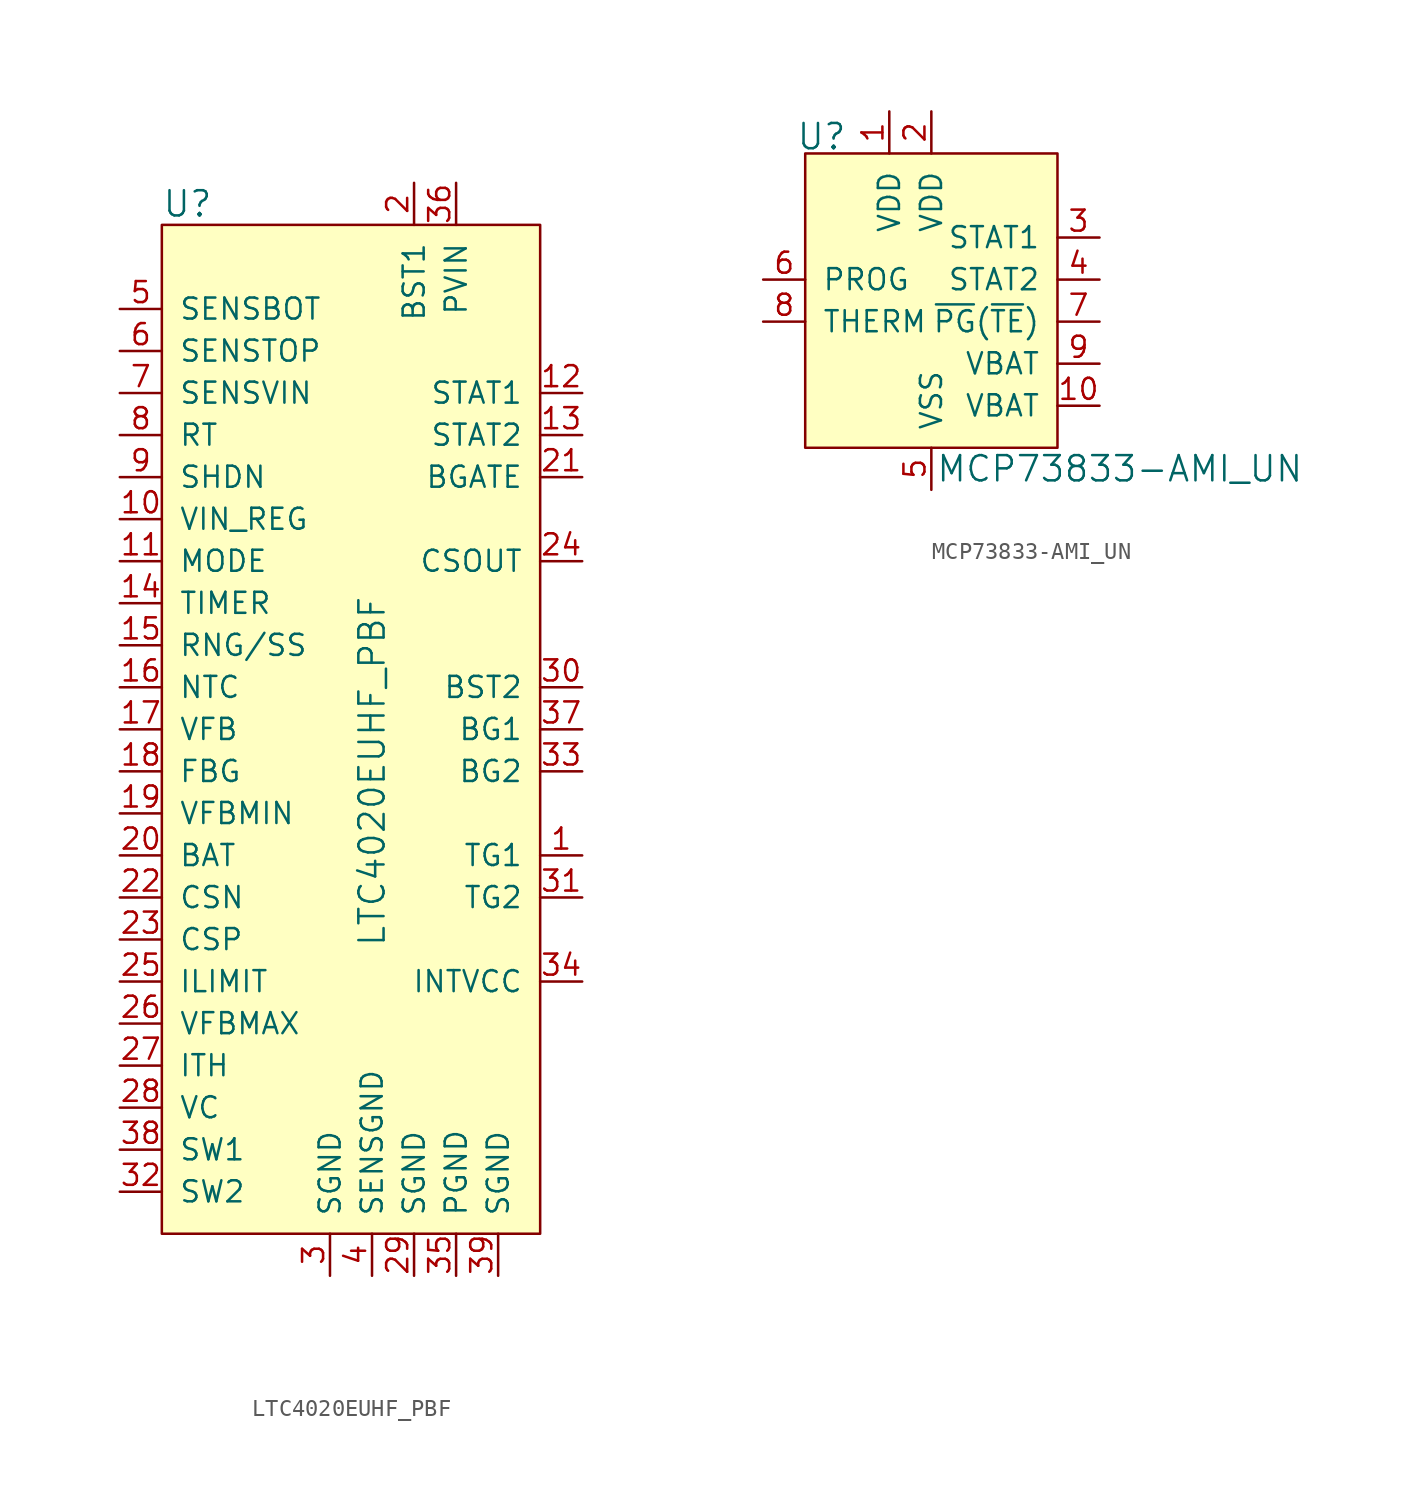
<source format=kicad_sym>
(kicad_symbol_lib
  (version 20231120)
  (generator "kicad_symbol_editor")
  (generator_version "8.0")
  (symbol "LTC4020EUHF_PBF"
    (pin_names
      (offset 1.016))
    (property "Reference" "U"
      (at -10.16 24.13 0)
      (effects (font (size 1.524 1.524)) (justify left)))
    (property "Value" "LTC4020EUHF_PBF"
      (at 2.54 -10.16 90)
      (effects (font (size 1.524 1.524))))
    (symbol "LTC4020EUHF_PBF_0_1"
      (rectangle (start -10.16 22.86) (end 12.7 -38.1) (stroke (width 0) (type solid)) (fill (type background))))
    (symbol "LTC4020EUHF_PBF_1_1"
      (pin output line (at 15.24 -15.24 180) (length 2.54) (name "TG1" (effects (font (size 1.27 1.27)))) (number "1" (effects (font (size 1.27 1.27)))))
      (pin passive line (at -12.7 5.08 0) (length 2.54) (name "VIN_REG" (effects (font (size 1.27 1.27)))) (number "10" (effects (font (size 1.27 1.27)))))
      (pin input line (at -12.7 2.54 0) (length 2.54) (name "MODE" (effects (font (size 1.27 1.27)))) (number "11" (effects (font (size 1.27 1.27)))))
      (pin output line (at 15.24 12.7 180) (length 2.54) (name "STAT1" (effects (font (size 1.27 1.27)))) (number "12" (effects (font (size 1.27 1.27)))))
      (pin output line (at 15.24 10.16 180) (length 2.54) (name "STAT2" (effects (font (size 1.27 1.27)))) (number "13" (effects (font (size 1.27 1.27)))))
      (pin passive line (at -12.7 0 0) (length 2.54) (name "TIMER" (effects (font (size 1.27 1.27)))) (number "14" (effects (font (size 1.27 1.27)))))
      (pin input line (at -12.7 -2.54 0) (length 2.54) (name "RNG/SS" (effects (font (size 1.27 1.27)))) (number "15" (effects (font (size 1.27 1.27)))))
      (pin input line (at -12.7 -5.08 0) (length 2.54) (name "NTC" (effects (font (size 1.27 1.27)))) (number "16" (effects (font (size 1.27 1.27)))))
      (pin input line (at -12.7 -7.62 0) (length 2.54) (name "VFB" (effects (font (size 1.27 1.27)))) (number "17" (effects (font (size 1.27 1.27)))))
      (pin input line (at -12.7 -10.16 0) (length 2.54) (name "FBG" (effects (font (size 1.27 1.27)))) (number "18" (effects (font (size 1.27 1.27)))))
      (pin input line (at -12.7 -12.7 0) (length 2.54) (name "VFBMIN" (effects (font (size 1.27 1.27)))) (number "19" (effects (font (size 1.27 1.27)))))
      (pin power_in line (at 5.08 25.4 270) (length 2.54) (name "BST1" (effects (font (size 1.27 1.27)))) (number "2" (effects (font (size 1.27 1.27)))))
      (pin input line (at -12.7 -15.24 0) (length 2.54) (name "BAT" (effects (font (size 1.27 1.27)))) (number "20" (effects (font (size 1.27 1.27)))))
      (pin output line (at 15.24 7.62 180) (length 2.54) (name "BGATE" (effects (font (size 1.27 1.27)))) (number "21" (effects (font (size 1.27 1.27)))))
      (pin input line (at -12.7 -17.78 0) (length 2.54) (name "CSN" (effects (font (size 1.27 1.27)))) (number "22" (effects (font (size 1.27 1.27)))))
      (pin input line (at -12.7 -20.32 0) (length 2.54) (name "CSP" (effects (font (size 1.27 1.27)))) (number "23" (effects (font (size 1.27 1.27)))))
      (pin output line (at 15.24 2.54 180) (length 2.54) (name "CSOUT" (effects (font (size 1.27 1.27)))) (number "24" (effects (font (size 1.27 1.27)))))
      (pin input line (at -12.7 -22.86 0) (length 2.54) (name "ILIMIT" (effects (font (size 1.27 1.27)))) (number "25" (effects (font (size 1.27 1.27)))))
      (pin input line (at -12.7 -25.4 0) (length 2.54) (name "VFBMAX" (effects (font (size 1.27 1.27)))) (number "26" (effects (font (size 1.27 1.27)))))
      (pin input line (at -12.7 -27.94 0) (length 2.54) (name "ITH" (effects (font (size 1.27 1.27)))) (number "27" (effects (font (size 1.27 1.27)))))
      (pin input line (at -12.7 -30.48 0) (length 2.54) (name "VC" (effects (font (size 1.27 1.27)))) (number "28" (effects (font (size 1.27 1.27)))))
      (pin power_in line (at 5.08 -40.64 90) (length 2.54) (name "SGND" (effects (font (size 1.27 1.27)))) (number "29" (effects (font (size 1.27 1.27)))))
      (pin power_in line (at 0 -40.64 90) (length 2.54) (name "SGND" (effects (font (size 1.27 1.27)))) (number "3" (effects (font (size 1.27 1.27)))))
      (pin power_out line (at 15.24 -5.08 180) (length 2.54) (name "BST2" (effects (font (size 1.27 1.27)))) (number "30" (effects (font (size 1.27 1.27)))))
      (pin output line (at 15.24 -17.78 180) (length 2.54) (name "TG2" (effects (font (size 1.27 1.27)))) (number "31" (effects (font (size 1.27 1.27)))))
      (pin input line (at -12.7 -35.56 0) (length 2.54) (name "SW2" (effects (font (size 1.27 1.27)))) (number "32" (effects (font (size 1.27 1.27)))))
      (pin output line (at 15.24 -10.16 180) (length 2.54) (name "BG2" (effects (font (size 1.27 1.27)))) (number "33" (effects (font (size 1.27 1.27)))))
      (pin power_out line (at 15.24 -22.86 180) (length 2.54) (name "INTVCC" (effects (font (size 1.27 1.27)))) (number "34" (effects (font (size 1.27 1.27)))))
      (pin power_in line (at 7.62 -40.64 90) (length 2.54) (name "PGND" (effects (font (size 1.27 1.27)))) (number "35" (effects (font (size 1.27 1.27)))))
      (pin power_in line (at 7.62 25.4 270) (length 2.54) (name "PVIN" (effects (font (size 1.27 1.27)))) (number "36" (effects (font (size 1.27 1.27)))))
      (pin output line (at 15.24 -7.62 180) (length 2.54) (name "BG1" (effects (font (size 1.27 1.27)))) (number "37" (effects (font (size 1.27 1.27)))))
      (pin input line (at -12.7 -33.02 0) (length 2.54) (name "SW1" (effects (font (size 1.27 1.27)))) (number "38" (effects (font (size 1.27 1.27)))))
      (pin input line (at 10.16 -40.64 90) (length 2.54) (name "SGND" (effects (font (size 1.27 1.27)))) (number "39" (effects (font (size 1.27 1.27)))))
      (pin power_in line (at 2.54 -40.64 90) (length 2.54) (name "SENSGND" (effects (font (size 1.27 1.27)))) (number "4" (effects (font (size 1.27 1.27)))))
      (pin input line (at -12.7 17.78 0) (length 2.54) (name "SENSBOT" (effects (font (size 1.27 1.27)))) (number "5" (effects (font (size 1.27 1.27)))))
      (pin input line (at -12.7 15.24 0) (length 2.54) (name "SENSTOP" (effects (font (size 1.27 1.27)))) (number "6" (effects (font (size 1.27 1.27)))))
      (pin input line (at -12.7 12.7 0) (length 2.54) (name "SENSVIN" (effects (font (size 1.27 1.27)))) (number "7" (effects (font (size 1.27 1.27)))))
      (pin passive line (at -12.7 10.16 0) (length 2.54) (name "RT" (effects (font (size 1.27 1.27)))) (number "8" (effects (font (size 1.27 1.27)))))
      (pin input line (at -12.7 7.62 0) (length 2.54) (name "SHDN" (effects (font (size 1.27 1.27)))) (number "9" (effects (font (size 1.27 1.27)))))))
  (symbol "MCP73833-AMI_UN"
    (pin_names
      (offset 1.016))
    (property "Reference" "U"
      (at -2.54 6.096 0)
      (effects (font (size 1.524 1.524)) (justify right)))
    (property "Value" "MCP73833-AMI_UN"
      (at 2.794 -13.97 0)
      (effects (font (size 1.524 1.524)) (justify left)))
    (symbol "MCP73833-AMI_UN_0_1"
      (rectangle (start -5.08 5.08) (end 10.16 -12.7) (stroke (width 0) (type solid)) (fill (type background))))
    (symbol "MCP73833-AMI_UN_1_1"
      (pin power_in line (at 0 7.62 270) (length 2.54) (name "VDD" (effects (font (size 1.27 1.27)))) (number "1" (effects (font (size 1.27 1.27)))))
      (pin power_out line (at 12.7 -10.16 180) (length 2.54) (name "VBAT" (effects (font (size 1.27 1.27)))) (number "10" (effects (font (size 1.27 1.27)))))
      (pin power_in line (at 2.54 7.62 270) (length 2.54) (name "VDD" (effects (font (size 1.27 1.27)))) (number "2" (effects (font (size 1.27 1.27)))))
      (pin output line (at 12.7 0 180) (length 2.54) (name "STAT1" (effects (font (size 1.27 1.27)))) (number "3" (effects (font (size 1.27 1.27)))))
      (pin output line (at 12.7 -2.54 180) (length 2.54) (name "STAT2" (effects (font (size 1.27 1.27)))) (number "4" (effects (font (size 1.27 1.27)))))
      (pin power_in line (at 2.54 -15.24 90) (length 2.54) (name "VSS" (effects (font (size 1.27 1.27)))) (number "5" (effects (font (size 1.27 1.27)))))
      (pin input line (at -7.62 -2.54 0) (length 2.54) (name "PROG" (effects (font (size 1.27 1.27)))) (number "6" (effects (font (size 1.27 1.27)))))
      (pin output line (at 12.7 -5.08 180) (length 2.54) (name "~{PG}(~{TE})" (effects (font (size 1.27 1.27)))) (number "7" (effects (font (size 1.27 1.27)))))
      (pin input line (at -7.62 -5.08 0) (length 2.54) (name "THERM" (effects (font (size 1.27 1.27)))) (number "8" (effects (font (size 1.27 1.27)))))
      (pin power_out line (at 12.7 -7.62 180) (length 2.54) (name "VBAT" (effects (font (size 1.27 1.27)))) (number "9" (effects (font (size 1.27 1.27))))))))
</source>
